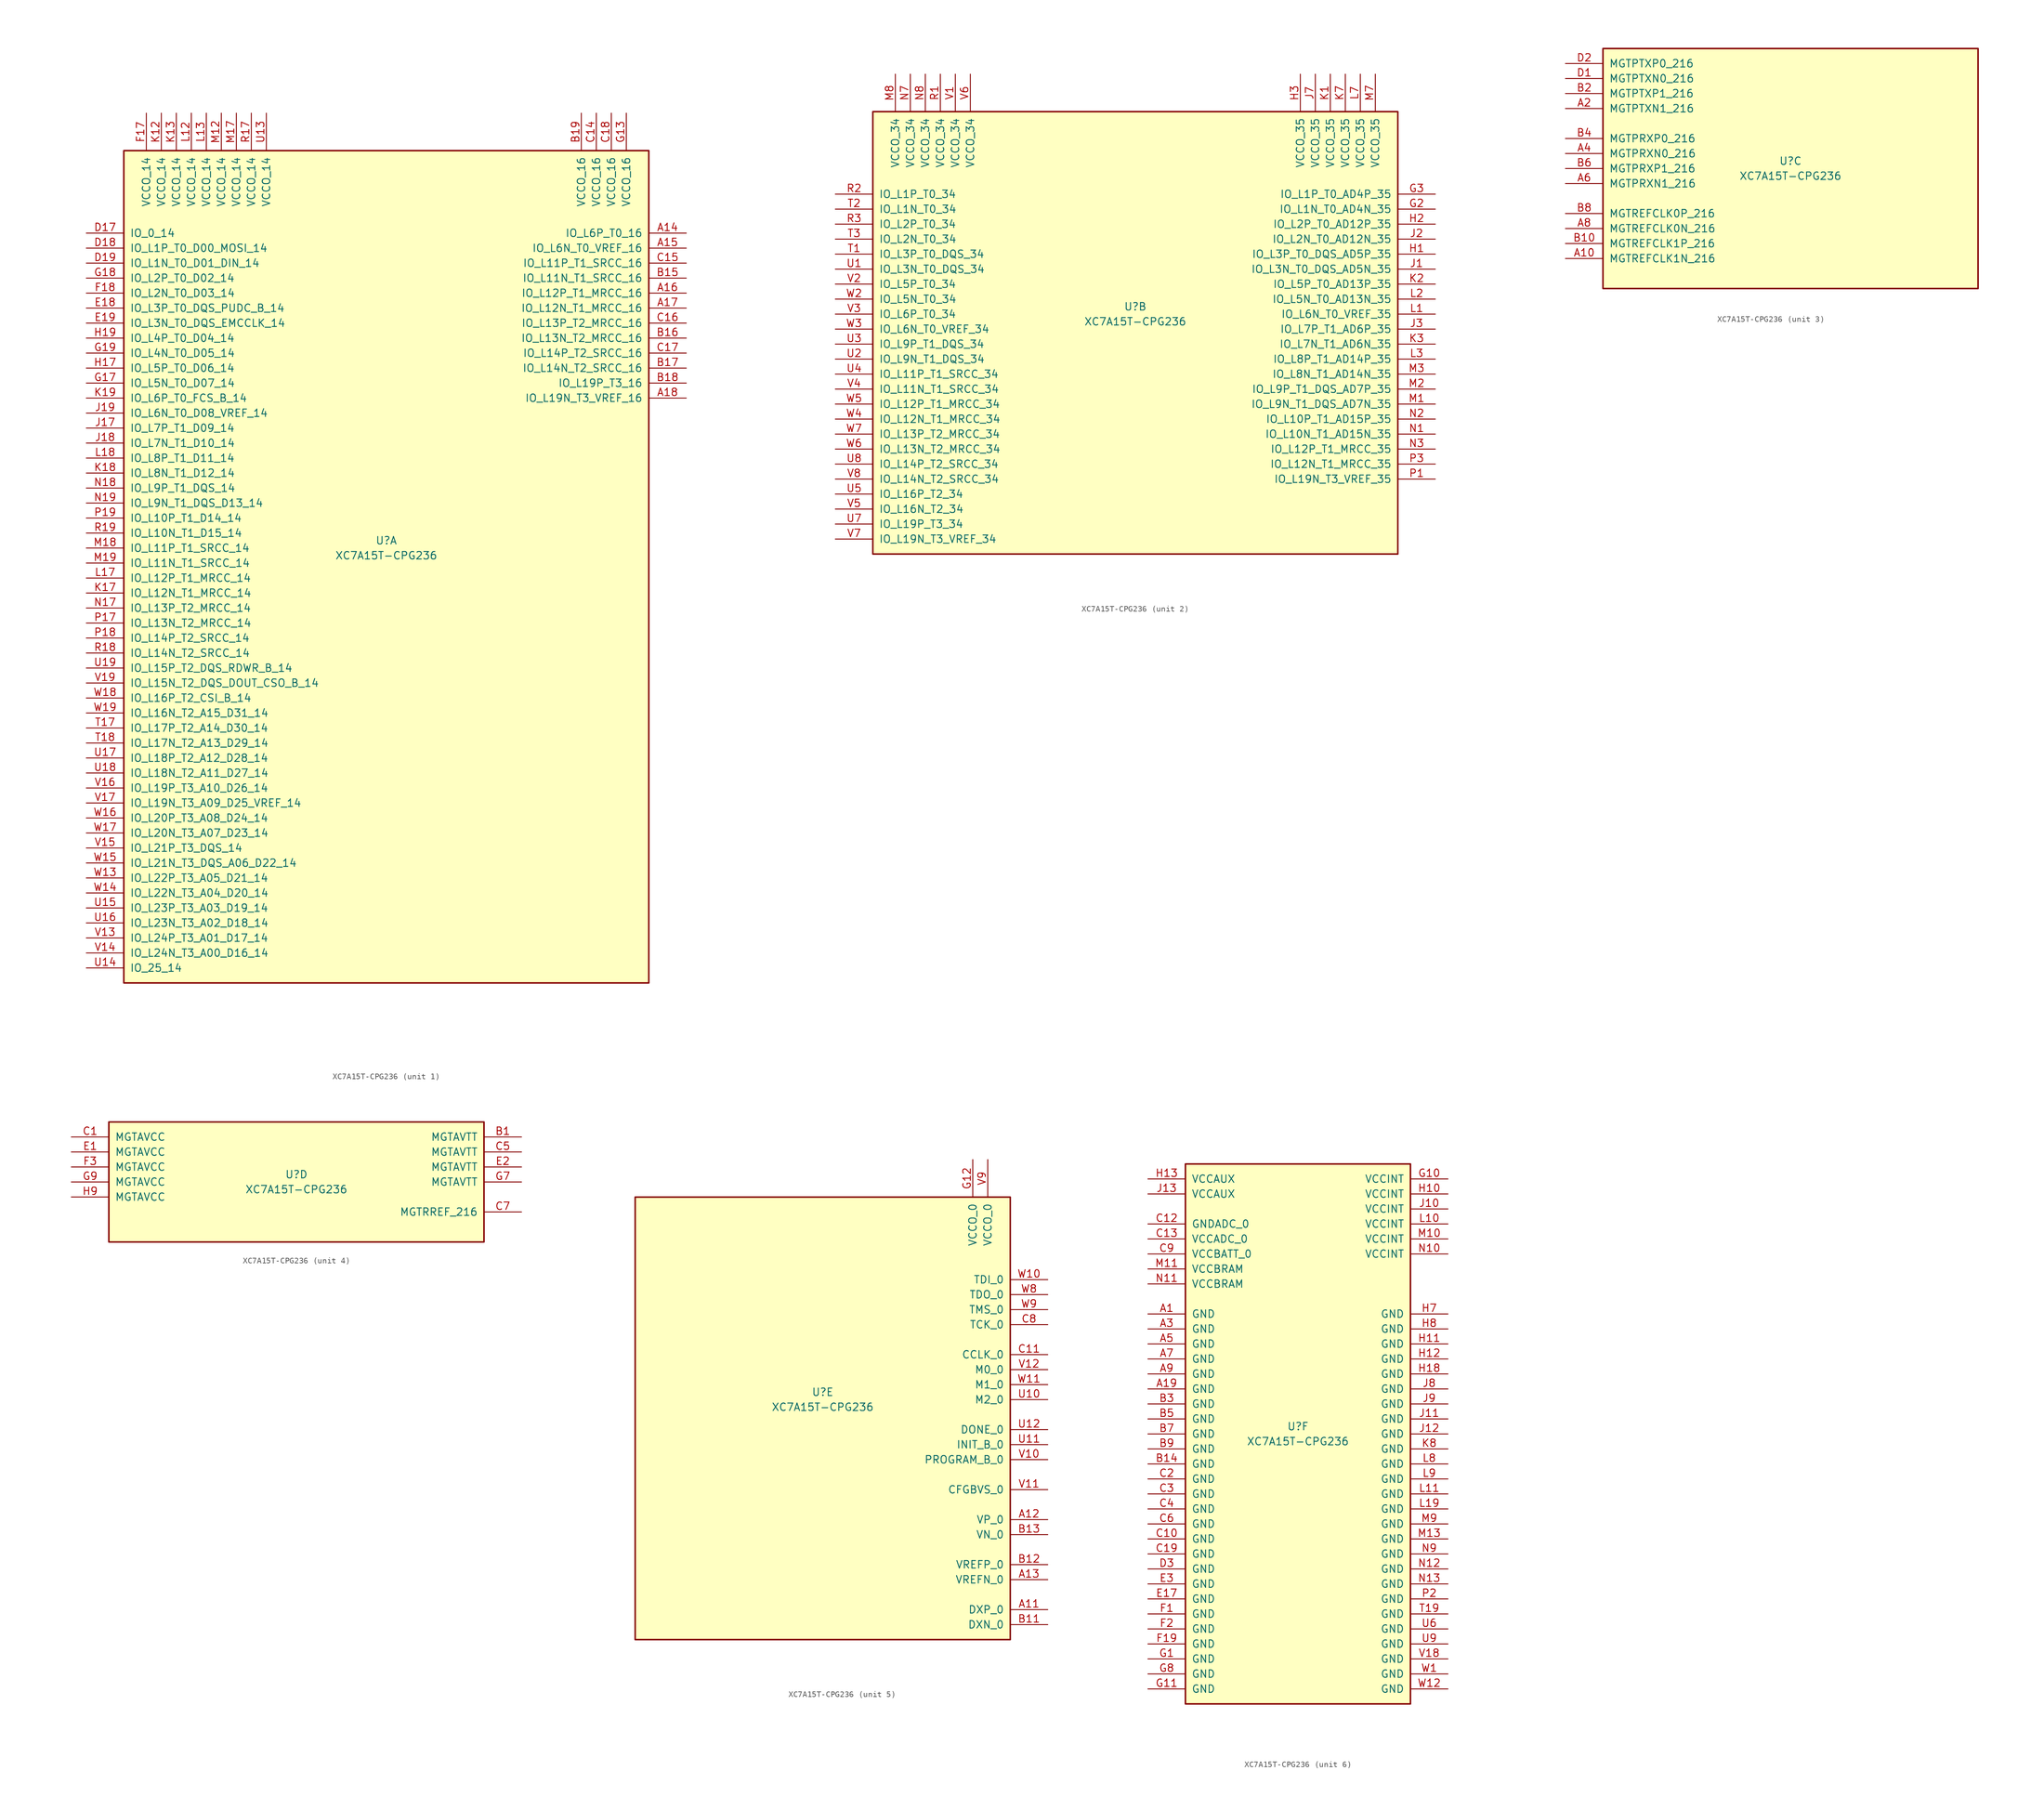
<source format=kicad_sym>
(kicad_symbol_lib
  (version 20231120)
  (generator "kicad_symbol_editor")
  (generator_version "8.0")
  (symbol "XC7A15T-CPG236"
    (pin_names
      (offset 1.016))
    (property "Reference" "U"
      (at 0 1.27 0)
      (effects (font (size 1.27 1.27))))
    (property "Value" "XC7A15T-CPG236"
      (at 0 -1.27 0)
      (effects (font (size 1.27 1.27))))
    (property "Datasheet" ""
      (at 0 0 0)
      (effects (font (size 1.27 1.27))))
    (property "ki_locked" ""
      (at 0 0 0)
      (effects (font (size 1.27 1.27))))
    (symbol "XC7A15T-CPG236_1_1"
      (rectangle (start -44.45 67.31) (end 44.45 -73.66) (stroke (width 0.254) (type default)) (fill (type background)))
      (pin bidirectional line (at 50.8 53.34 180) (length 6.35) (name "IO_L6P_T0_16" (effects (font (size 1.27 1.27)))) (number "A14" (effects (font (size 1.27 1.27)))))
      (pin bidirectional line (at 50.8 50.8 180) (length 6.35) (name "IO_L6N_T0_VREF_16" (effects (font (size 1.27 1.27)))) (number "A15" (effects (font (size 1.27 1.27)))))
      (pin bidirectional line (at 50.8 43.18 180) (length 6.35) (name "IO_L12P_T1_MRCC_16" (effects (font (size 1.27 1.27)))) (number "A16" (effects (font (size 1.27 1.27)))))
      (pin bidirectional line (at 50.8 40.64 180) (length 6.35) (name "IO_L12N_T1_MRCC_16" (effects (font (size 1.27 1.27)))) (number "A17" (effects (font (size 1.27 1.27)))))
      (pin bidirectional line (at 50.8 25.4 180) (length 6.35) (name "IO_L19N_T3_VREF_16" (effects (font (size 1.27 1.27)))) (number "A18" (effects (font (size 1.27 1.27)))))
      (pin bidirectional line (at 50.8 45.72 180) (length 6.35) (name "IO_L11N_T1_SRCC_16" (effects (font (size 1.27 1.27)))) (number "B15" (effects (font (size 1.27 1.27)))))
      (pin bidirectional line (at 50.8 35.56 180) (length 6.35) (name "IO_L13N_T2_MRCC_16" (effects (font (size 1.27 1.27)))) (number "B16" (effects (font (size 1.27 1.27)))))
      (pin bidirectional line (at 50.8 30.48 180) (length 6.35) (name "IO_L14N_T2_SRCC_16" (effects (font (size 1.27 1.27)))) (number "B17" (effects (font (size 1.27 1.27)))))
      (pin bidirectional line (at 50.8 27.94 180) (length 6.35) (name "IO_L19P_T3_16" (effects (font (size 1.27 1.27)))) (number "B18" (effects (font (size 1.27 1.27)))))
      (pin power_in line (at 33.02 73.66 270) (length 6.35) (name "VCCO_16" (effects (font (size 1.27 1.27)))) (number "B19" (effects (font (size 1.27 1.27)))))
      (pin power_in line (at 35.56 73.66 270) (length 6.35) (name "VCCO_16" (effects (font (size 1.27 1.27)))) (number "C14" (effects (font (size 1.27 1.27)))))
      (pin bidirectional line (at 50.8 48.26 180) (length 6.35) (name "IO_L11P_T1_SRCC_16" (effects (font (size 1.27 1.27)))) (number "C15" (effects (font (size 1.27 1.27)))))
      (pin bidirectional line (at 50.8 38.1 180) (length 6.35) (name "IO_L13P_T2_MRCC_16" (effects (font (size 1.27 1.27)))) (number "C16" (effects (font (size 1.27 1.27)))))
      (pin bidirectional line (at 50.8 33.02 180) (length 6.35) (name "IO_L14P_T2_SRCC_16" (effects (font (size 1.27 1.27)))) (number "C17" (effects (font (size 1.27 1.27)))))
      (pin power_in line (at 38.1 73.66 270) (length 6.35) (name "VCCO_16" (effects (font (size 1.27 1.27)))) (number "C18" (effects (font (size 1.27 1.27)))))
      (pin bidirectional line (at -50.8 53.34 0) (length 6.35) (name "IO_0_14" (effects (font (size 1.27 1.27)))) (number "D17" (effects (font (size 1.27 1.27)))))
      (pin bidirectional line (at -50.8 50.8 0) (length 6.35) (name "IO_L1P_T0_D00_MOSI_14" (effects (font (size 1.27 1.27)))) (number "D18" (effects (font (size 1.27 1.27)))))
      (pin bidirectional line (at -50.8 48.26 0) (length 6.35) (name "IO_L1N_T0_D01_DIN_14" (effects (font (size 1.27 1.27)))) (number "D19" (effects (font (size 1.27 1.27)))))
      (pin bidirectional line (at -50.8 40.64 0) (length 6.35) (name "IO_L3P_T0_DQS_PUDC_B_14" (effects (font (size 1.27 1.27)))) (number "E18" (effects (font (size 1.27 1.27)))))
      (pin bidirectional line (at -50.8 38.1 0) (length 6.35) (name "IO_L3N_T0_DQS_EMCCLK_14" (effects (font (size 1.27 1.27)))) (number "E19" (effects (font (size 1.27 1.27)))))
      (pin power_in line (at -40.64 73.66 270) (length 6.35) (name "VCCO_14" (effects (font (size 1.27 1.27)))) (number "F17" (effects (font (size 1.27 1.27)))))
      (pin bidirectional line (at -50.8 43.18 0) (length 6.35) (name "IO_L2N_T0_D03_14" (effects (font (size 1.27 1.27)))) (number "F18" (effects (font (size 1.27 1.27)))))
      (pin power_in line (at 40.64 73.66 270) (length 6.35) (name "VCCO_16" (effects (font (size 1.27 1.27)))) (number "G13" (effects (font (size 1.27 1.27)))))
      (pin bidirectional line (at -50.8 27.94 0) (length 6.35) (name "IO_L5N_T0_D07_14" (effects (font (size 1.27 1.27)))) (number "G17" (effects (font (size 1.27 1.27)))))
      (pin bidirectional line (at -50.8 45.72 0) (length 6.35) (name "IO_L2P_T0_D02_14" (effects (font (size 1.27 1.27)))) (number "G18" (effects (font (size 1.27 1.27)))))
      (pin bidirectional line (at -50.8 33.02 0) (length 6.35) (name "IO_L4N_T0_D05_14" (effects (font (size 1.27 1.27)))) (number "G19" (effects (font (size 1.27 1.27)))))
      (pin bidirectional line (at -50.8 30.48 0) (length 6.35) (name "IO_L5P_T0_D06_14" (effects (font (size 1.27 1.27)))) (number "H17" (effects (font (size 1.27 1.27)))))
      (pin bidirectional line (at -50.8 35.56 0) (length 6.35) (name "IO_L4P_T0_D04_14" (effects (font (size 1.27 1.27)))) (number "H19" (effects (font (size 1.27 1.27)))))
      (pin bidirectional line (at -50.8 20.32 0) (length 6.35) (name "IO_L7P_T1_D09_14" (effects (font (size 1.27 1.27)))) (number "J17" (effects (font (size 1.27 1.27)))))
      (pin bidirectional line (at -50.8 17.78 0) (length 6.35) (name "IO_L7N_T1_D10_14" (effects (font (size 1.27 1.27)))) (number "J18" (effects (font (size 1.27 1.27)))))
      (pin bidirectional line (at -50.8 22.86 0) (length 6.35) (name "IO_L6N_T0_D08_VREF_14" (effects (font (size 1.27 1.27)))) (number "J19" (effects (font (size 1.27 1.27)))))
      (pin power_in line (at -38.1 73.66 270) (length 6.35) (name "VCCO_14" (effects (font (size 1.27 1.27)))) (number "K12" (effects (font (size 1.27 1.27)))))
      (pin power_in line (at -35.56 73.66 270) (length 6.35) (name "VCCO_14" (effects (font (size 1.27 1.27)))) (number "K13" (effects (font (size 1.27 1.27)))))
      (pin bidirectional line (at -50.8 -7.62 0) (length 6.35) (name "IO_L12N_T1_MRCC_14" (effects (font (size 1.27 1.27)))) (number "K17" (effects (font (size 1.27 1.27)))))
      (pin bidirectional line (at -50.8 12.7 0) (length 6.35) (name "IO_L8N_T1_D12_14" (effects (font (size 1.27 1.27)))) (number "K18" (effects (font (size 1.27 1.27)))))
      (pin bidirectional line (at -50.8 25.4 0) (length 6.35) (name "IO_L6P_T0_FCS_B_14" (effects (font (size 1.27 1.27)))) (number "K19" (effects (font (size 1.27 1.27)))))
      (pin power_in line (at -33.02 73.66 270) (length 6.35) (name "VCCO_14" (effects (font (size 1.27 1.27)))) (number "L12" (effects (font (size 1.27 1.27)))))
      (pin power_in line (at -30.48 73.66 270) (length 6.35) (name "VCCO_14" (effects (font (size 1.27 1.27)))) (number "L13" (effects (font (size 1.27 1.27)))))
      (pin bidirectional line (at -50.8 -5.08 0) (length 6.35) (name "IO_L12P_T1_MRCC_14" (effects (font (size 1.27 1.27)))) (number "L17" (effects (font (size 1.27 1.27)))))
      (pin bidirectional line (at -50.8 15.24 0) (length 6.35) (name "IO_L8P_T1_D11_14" (effects (font (size 1.27 1.27)))) (number "L18" (effects (font (size 1.27 1.27)))))
      (pin power_in line (at -27.94 73.66 270) (length 6.35) (name "VCCO_14" (effects (font (size 1.27 1.27)))) (number "M12" (effects (font (size 1.27 1.27)))))
      (pin power_in line (at -25.4 73.66 270) (length 6.35) (name "VCCO_14" (effects (font (size 1.27 1.27)))) (number "M17" (effects (font (size 1.27 1.27)))))
      (pin bidirectional line (at -50.8 0 0) (length 6.35) (name "IO_L11P_T1_SRCC_14" (effects (font (size 1.27 1.27)))) (number "M18" (effects (font (size 1.27 1.27)))))
      (pin bidirectional line (at -50.8 -2.54 0) (length 6.35) (name "IO_L11N_T1_SRCC_14" (effects (font (size 1.27 1.27)))) (number "M19" (effects (font (size 1.27 1.27)))))
      (pin bidirectional line (at -50.8 -10.16 0) (length 6.35) (name "IO_L13P_T2_MRCC_14" (effects (font (size 1.27 1.27)))) (number "N17" (effects (font (size 1.27 1.27)))))
      (pin bidirectional line (at -50.8 10.16 0) (length 6.35) (name "IO_L9P_T1_DQS_14" (effects (font (size 1.27 1.27)))) (number "N18" (effects (font (size 1.27 1.27)))))
      (pin bidirectional line (at -50.8 7.62 0) (length 6.35) (name "IO_L9N_T1_DQS_D13_14" (effects (font (size 1.27 1.27)))) (number "N19" (effects (font (size 1.27 1.27)))))
      (pin bidirectional line (at -50.8 -12.7 0) (length 6.35) (name "IO_L13N_T2_MRCC_14" (effects (font (size 1.27 1.27)))) (number "P17" (effects (font (size 1.27 1.27)))))
      (pin bidirectional line (at -50.8 -15.24 0) (length 6.35) (name "IO_L14P_T2_SRCC_14" (effects (font (size 1.27 1.27)))) (number "P18" (effects (font (size 1.27 1.27)))))
      (pin bidirectional line (at -50.8 5.08 0) (length 6.35) (name "IO_L10P_T1_D14_14" (effects (font (size 1.27 1.27)))) (number "P19" (effects (font (size 1.27 1.27)))))
      (pin power_in line (at -22.86 73.66 270) (length 6.35) (name "VCCO_14" (effects (font (size 1.27 1.27)))) (number "R17" (effects (font (size 1.27 1.27)))))
      (pin bidirectional line (at -50.8 -17.78 0) (length 6.35) (name "IO_L14N_T2_SRCC_14" (effects (font (size 1.27 1.27)))) (number "R18" (effects (font (size 1.27 1.27)))))
      (pin bidirectional line (at -50.8 2.54 0) (length 6.35) (name "IO_L10N_T1_D15_14" (effects (font (size 1.27 1.27)))) (number "R19" (effects (font (size 1.27 1.27)))))
      (pin bidirectional line (at -50.8 -30.48 0) (length 6.35) (name "IO_L17P_T2_A14_D30_14" (effects (font (size 1.27 1.27)))) (number "T17" (effects (font (size 1.27 1.27)))))
      (pin bidirectional line (at -50.8 -33.02 0) (length 6.35) (name "IO_L17N_T2_A13_D29_14" (effects (font (size 1.27 1.27)))) (number "T18" (effects (font (size 1.27 1.27)))))
      (pin power_in line (at -20.32 73.66 270) (length 6.35) (name "VCCO_14" (effects (font (size 1.27 1.27)))) (number "U13" (effects (font (size 1.27 1.27)))))
      (pin bidirectional line (at -50.8 -71.12 0) (length 6.35) (name "IO_25_14" (effects (font (size 1.27 1.27)))) (number "U14" (effects (font (size 1.27 1.27)))))
      (pin bidirectional line (at -50.8 -60.96 0) (length 6.35) (name "IO_L23P_T3_A03_D19_14" (effects (font (size 1.27 1.27)))) (number "U15" (effects (font (size 1.27 1.27)))))
      (pin bidirectional line (at -50.8 -63.5 0) (length 6.35) (name "IO_L23N_T3_A02_D18_14" (effects (font (size 1.27 1.27)))) (number "U16" (effects (font (size 1.27 1.27)))))
      (pin bidirectional line (at -50.8 -35.56 0) (length 6.35) (name "IO_L18P_T2_A12_D28_14" (effects (font (size 1.27 1.27)))) (number "U17" (effects (font (size 1.27 1.27)))))
      (pin bidirectional line (at -50.8 -38.1 0) (length 6.35) (name "IO_L18N_T2_A11_D27_14" (effects (font (size 1.27 1.27)))) (number "U18" (effects (font (size 1.27 1.27)))))
      (pin bidirectional line (at -50.8 -20.32 0) (length 6.35) (name "IO_L15P_T2_DQS_RDWR_B_14" (effects (font (size 1.27 1.27)))) (number "U19" (effects (font (size 1.27 1.27)))))
      (pin bidirectional line (at -50.8 -66.04 0) (length 6.35) (name "IO_L24P_T3_A01_D17_14" (effects (font (size 1.27 1.27)))) (number "V13" (effects (font (size 1.27 1.27)))))
      (pin bidirectional line (at -50.8 -68.58 0) (length 6.35) (name "IO_L24N_T3_A00_D16_14" (effects (font (size 1.27 1.27)))) (number "V14" (effects (font (size 1.27 1.27)))))
      (pin bidirectional line (at -50.8 -50.8 0) (length 6.35) (name "IO_L21P_T3_DQS_14" (effects (font (size 1.27 1.27)))) (number "V15" (effects (font (size 1.27 1.27)))))
      (pin bidirectional line (at -50.8 -40.64 0) (length 6.35) (name "IO_L19P_T3_A10_D26_14" (effects (font (size 1.27 1.27)))) (number "V16" (effects (font (size 1.27 1.27)))))
      (pin bidirectional line (at -50.8 -43.18 0) (length 6.35) (name "IO_L19N_T3_A09_D25_VREF_14" (effects (font (size 1.27 1.27)))) (number "V17" (effects (font (size 1.27 1.27)))))
      (pin bidirectional line (at -50.8 -22.86 0) (length 6.35) (name "IO_L15N_T2_DQS_DOUT_CSO_B_14" (effects (font (size 1.27 1.27)))) (number "V19" (effects (font (size 1.27 1.27)))))
      (pin bidirectional line (at -50.8 -55.88 0) (length 6.35) (name "IO_L22P_T3_A05_D21_14" (effects (font (size 1.27 1.27)))) (number "W13" (effects (font (size 1.27 1.27)))))
      (pin bidirectional line (at -50.8 -58.42 0) (length 6.35) (name "IO_L22N_T3_A04_D20_14" (effects (font (size 1.27 1.27)))) (number "W14" (effects (font (size 1.27 1.27)))))
      (pin bidirectional line (at -50.8 -53.34 0) (length 6.35) (name "IO_L21N_T3_DQS_A06_D22_14" (effects (font (size 1.27 1.27)))) (number "W15" (effects (font (size 1.27 1.27)))))
      (pin bidirectional line (at -50.8 -45.72 0) (length 6.35) (name "IO_L20P_T3_A08_D24_14" (effects (font (size 1.27 1.27)))) (number "W16" (effects (font (size 1.27 1.27)))))
      (pin bidirectional line (at -50.8 -48.26 0) (length 6.35) (name "IO_L20N_T3_A07_D23_14" (effects (font (size 1.27 1.27)))) (number "W17" (effects (font (size 1.27 1.27)))))
      (pin bidirectional line (at -50.8 -25.4 0) (length 6.35) (name "IO_L16P_T2_CSI_B_14" (effects (font (size 1.27 1.27)))) (number "W18" (effects (font (size 1.27 1.27)))))
      (pin bidirectional line (at -50.8 -27.94 0) (length 6.35) (name "IO_L16N_T2_A15_D31_14" (effects (font (size 1.27 1.27)))) (number "W19" (effects (font (size 1.27 1.27))))))
    (symbol "XC7A15T-CPG236_2_1"
      (rectangle (start -44.45 34.29) (end 44.45 -40.64) (stroke (width 0.254) (type default)) (fill (type background)))
      (pin bidirectional line (at 50.8 17.78 180) (length 6.35) (name "IO_L1N_T0_AD4N_35" (effects (font (size 1.27 1.27)))) (number "G2" (effects (font (size 1.27 1.27)))))
      (pin bidirectional line (at 50.8 20.32 180) (length 6.35) (name "IO_L1P_T0_AD4P_35" (effects (font (size 1.27 1.27)))) (number "G3" (effects (font (size 1.27 1.27)))))
      (pin bidirectional line (at 50.8 10.16 180) (length 6.35) (name "IO_L3P_T0_DQS_AD5P_35" (effects (font (size 1.27 1.27)))) (number "H1" (effects (font (size 1.27 1.27)))))
      (pin bidirectional line (at 50.8 15.24 180) (length 6.35) (name "IO_L2P_T0_AD12P_35" (effects (font (size 1.27 1.27)))) (number "H2" (effects (font (size 1.27 1.27)))))
      (pin power_in line (at 27.94 40.64 270) (length 6.35) (name "VCCO_35" (effects (font (size 1.27 1.27)))) (number "H3" (effects (font (size 1.27 1.27)))))
      (pin bidirectional line (at 50.8 7.62 180) (length 6.35) (name "IO_L3N_T0_DQS_AD5N_35" (effects (font (size 1.27 1.27)))) (number "J1" (effects (font (size 1.27 1.27)))))
      (pin bidirectional line (at 50.8 12.7 180) (length 6.35) (name "IO_L2N_T0_AD12N_35" (effects (font (size 1.27 1.27)))) (number "J2" (effects (font (size 1.27 1.27)))))
      (pin bidirectional line (at 50.8 -2.54 180) (length 6.35) (name "IO_L7P_T1_AD6P_35" (effects (font (size 1.27 1.27)))) (number "J3" (effects (font (size 1.27 1.27)))))
      (pin power_in line (at 30.48 40.64 270) (length 6.35) (name "VCCO_35" (effects (font (size 1.27 1.27)))) (number "J7" (effects (font (size 1.27 1.27)))))
      (pin power_in line (at 33.02 40.64 270) (length 6.35) (name "VCCO_35" (effects (font (size 1.27 1.27)))) (number "K1" (effects (font (size 1.27 1.27)))))
      (pin bidirectional line (at 50.8 5.08 180) (length 6.35) (name "IO_L5P_T0_AD13P_35" (effects (font (size 1.27 1.27)))) (number "K2" (effects (font (size 1.27 1.27)))))
      (pin bidirectional line (at 50.8 -5.08 180) (length 6.35) (name "IO_L7N_T1_AD6N_35" (effects (font (size 1.27 1.27)))) (number "K3" (effects (font (size 1.27 1.27)))))
      (pin power_in line (at 35.56 40.64 270) (length 6.35) (name "VCCO_35" (effects (font (size 1.27 1.27)))) (number "K7" (effects (font (size 1.27 1.27)))))
      (pin bidirectional line (at 50.8 0 180) (length 6.35) (name "IO_L6N_T0_VREF_35" (effects (font (size 1.27 1.27)))) (number "L1" (effects (font (size 1.27 1.27)))))
      (pin bidirectional line (at 50.8 2.54 180) (length 6.35) (name "IO_L5N_T0_AD13N_35" (effects (font (size 1.27 1.27)))) (number "L2" (effects (font (size 1.27 1.27)))))
      (pin bidirectional line (at 50.8 -7.62 180) (length 6.35) (name "IO_L8P_T1_AD14P_35" (effects (font (size 1.27 1.27)))) (number "L3" (effects (font (size 1.27 1.27)))))
      (pin power_in line (at 38.1 40.64 270) (length 6.35) (name "VCCO_35" (effects (font (size 1.27 1.27)))) (number "L7" (effects (font (size 1.27 1.27)))))
      (pin bidirectional line (at 50.8 -15.24 180) (length 6.35) (name "IO_L9N_T1_DQS_AD7N_35" (effects (font (size 1.27 1.27)))) (number "M1" (effects (font (size 1.27 1.27)))))
      (pin bidirectional line (at 50.8 -12.7 180) (length 6.35) (name "IO_L9P_T1_DQS_AD7P_35" (effects (font (size 1.27 1.27)))) (number "M2" (effects (font (size 1.27 1.27)))))
      (pin bidirectional line (at 50.8 -10.16 180) (length 6.35) (name "IO_L8N_T1_AD14N_35" (effects (font (size 1.27 1.27)))) (number "M3" (effects (font (size 1.27 1.27)))))
      (pin power_in line (at 40.64 40.64 270) (length 6.35) (name "VCCO_35" (effects (font (size 1.27 1.27)))) (number "M7" (effects (font (size 1.27 1.27)))))
      (pin power_in line (at -40.64 40.64 270) (length 6.35) (name "VCCO_34" (effects (font (size 1.27 1.27)))) (number "M8" (effects (font (size 1.27 1.27)))))
      (pin bidirectional line (at 50.8 -20.32 180) (length 6.35) (name "IO_L10N_T1_AD15N_35" (effects (font (size 1.27 1.27)))) (number "N1" (effects (font (size 1.27 1.27)))))
      (pin bidirectional line (at 50.8 -17.78 180) (length 6.35) (name "IO_L10P_T1_AD15P_35" (effects (font (size 1.27 1.27)))) (number "N2" (effects (font (size 1.27 1.27)))))
      (pin bidirectional line (at 50.8 -22.86 180) (length 6.35) (name "IO_L12P_T1_MRCC_35" (effects (font (size 1.27 1.27)))) (number "N3" (effects (font (size 1.27 1.27)))))
      (pin power_in line (at -38.1 40.64 270) (length 6.35) (name "VCCO_34" (effects (font (size 1.27 1.27)))) (number "N7" (effects (font (size 1.27 1.27)))))
      (pin power_in line (at -35.56 40.64 270) (length 6.35) (name "VCCO_34" (effects (font (size 1.27 1.27)))) (number "N8" (effects (font (size 1.27 1.27)))))
      (pin bidirectional line (at 50.8 -27.94 180) (length 6.35) (name "IO_L19N_T3_VREF_35" (effects (font (size 1.27 1.27)))) (number "P1" (effects (font (size 1.27 1.27)))))
      (pin bidirectional line (at 50.8 -25.4 180) (length 6.35) (name "IO_L12N_T1_MRCC_35" (effects (font (size 1.27 1.27)))) (number "P3" (effects (font (size 1.27 1.27)))))
      (pin power_in line (at -33.02 40.64 270) (length 6.35) (name "VCCO_34" (effects (font (size 1.27 1.27)))) (number "R1" (effects (font (size 1.27 1.27)))))
      (pin bidirectional line (at -50.8 20.32 0) (length 6.35) (name "IO_L1P_T0_34" (effects (font (size 1.27 1.27)))) (number "R2" (effects (font (size 1.27 1.27)))))
      (pin bidirectional line (at -50.8 15.24 0) (length 6.35) (name "IO_L2P_T0_34" (effects (font (size 1.27 1.27)))) (number "R3" (effects (font (size 1.27 1.27)))))
      (pin bidirectional line (at -50.8 10.16 0) (length 6.35) (name "IO_L3P_T0_DQS_34" (effects (font (size 1.27 1.27)))) (number "T1" (effects (font (size 1.27 1.27)))))
      (pin bidirectional line (at -50.8 17.78 0) (length 6.35) (name "IO_L1N_T0_34" (effects (font (size 1.27 1.27)))) (number "T2" (effects (font (size 1.27 1.27)))))
      (pin bidirectional line (at -50.8 12.7 0) (length 6.35) (name "IO_L2N_T0_34" (effects (font (size 1.27 1.27)))) (number "T3" (effects (font (size 1.27 1.27)))))
      (pin bidirectional line (at -50.8 7.62 0) (length 6.35) (name "IO_L3N_T0_DQS_34" (effects (font (size 1.27 1.27)))) (number "U1" (effects (font (size 1.27 1.27)))))
      (pin bidirectional line (at -50.8 -7.62 0) (length 6.35) (name "IO_L9N_T1_DQS_34" (effects (font (size 1.27 1.27)))) (number "U2" (effects (font (size 1.27 1.27)))))
      (pin bidirectional line (at -50.8 -5.08 0) (length 6.35) (name "IO_L9P_T1_DQS_34" (effects (font (size 1.27 1.27)))) (number "U3" (effects (font (size 1.27 1.27)))))
      (pin bidirectional line (at -50.8 -10.16 0) (length 6.35) (name "IO_L11P_T1_SRCC_34" (effects (font (size 1.27 1.27)))) (number "U4" (effects (font (size 1.27 1.27)))))
      (pin bidirectional line (at -50.8 -30.48 0) (length 6.35) (name "IO_L16P_T2_34" (effects (font (size 1.27 1.27)))) (number "U5" (effects (font (size 1.27 1.27)))))
      (pin bidirectional line (at -50.8 -35.56 0) (length 6.35) (name "IO_L19P_T3_34" (effects (font (size 1.27 1.27)))) (number "U7" (effects (font (size 1.27 1.27)))))
      (pin bidirectional line (at -50.8 -25.4 0) (length 6.35) (name "IO_L14P_T2_SRCC_34" (effects (font (size 1.27 1.27)))) (number "U8" (effects (font (size 1.27 1.27)))))
      (pin power_in line (at -30.48 40.64 270) (length 6.35) (name "VCCO_34" (effects (font (size 1.27 1.27)))) (number "V1" (effects (font (size 1.27 1.27)))))
      (pin bidirectional line (at -50.8 5.08 0) (length 6.35) (name "IO_L5P_T0_34" (effects (font (size 1.27 1.27)))) (number "V2" (effects (font (size 1.27 1.27)))))
      (pin bidirectional line (at -50.8 0 0) (length 6.35) (name "IO_L6P_T0_34" (effects (font (size 1.27 1.27)))) (number "V3" (effects (font (size 1.27 1.27)))))
      (pin bidirectional line (at -50.8 -12.7 0) (length 6.35) (name "IO_L11N_T1_SRCC_34" (effects (font (size 1.27 1.27)))) (number "V4" (effects (font (size 1.27 1.27)))))
      (pin bidirectional line (at -50.8 -33.02 0) (length 6.35) (name "IO_L16N_T2_34" (effects (font (size 1.27 1.27)))) (number "V5" (effects (font (size 1.27 1.27)))))
      (pin power_in line (at -27.94 40.64 270) (length 6.35) (name "VCCO_34" (effects (font (size 1.27 1.27)))) (number "V6" (effects (font (size 1.27 1.27)))))
      (pin bidirectional line (at -50.8 -38.1 0) (length 6.35) (name "IO_L19N_T3_VREF_34" (effects (font (size 1.27 1.27)))) (number "V7" (effects (font (size 1.27 1.27)))))
      (pin bidirectional line (at -50.8 -27.94 0) (length 6.35) (name "IO_L14N_T2_SRCC_34" (effects (font (size 1.27 1.27)))) (number "V8" (effects (font (size 1.27 1.27)))))
      (pin bidirectional line (at -50.8 2.54 0) (length 6.35) (name "IO_L5N_T0_34" (effects (font (size 1.27 1.27)))) (number "W2" (effects (font (size 1.27 1.27)))))
      (pin bidirectional line (at -50.8 -2.54 0) (length 6.35) (name "IO_L6N_T0_VREF_34" (effects (font (size 1.27 1.27)))) (number "W3" (effects (font (size 1.27 1.27)))))
      (pin bidirectional line (at -50.8 -17.78 0) (length 6.35) (name "IO_L12N_T1_MRCC_34" (effects (font (size 1.27 1.27)))) (number "W4" (effects (font (size 1.27 1.27)))))
      (pin bidirectional line (at -50.8 -15.24 0) (length 6.35) (name "IO_L12P_T1_MRCC_34" (effects (font (size 1.27 1.27)))) (number "W5" (effects (font (size 1.27 1.27)))))
      (pin bidirectional line (at -50.8 -22.86 0) (length 6.35) (name "IO_L13N_T2_MRCC_34" (effects (font (size 1.27 1.27)))) (number "W6" (effects (font (size 1.27 1.27)))))
      (pin bidirectional line (at -50.8 -20.32 0) (length 6.35) (name "IO_L13P_T2_MRCC_34" (effects (font (size 1.27 1.27)))) (number "W7" (effects (font (size 1.27 1.27))))))
    (symbol "XC7A15T-CPG236_3_1"
      (rectangle (start -31.75 20.32) (end 31.75 -20.32) (stroke (width 0.254) (type default)) (fill (type background)))
      (pin bidirectional line (at -38.1 -15.24 0) (length 6.35) (name "MGTREFCLK1N_216" (effects (font (size 1.27 1.27)))) (number "A10" (effects (font (size 1.27 1.27)))))
      (pin bidirectional line (at -38.1 10.16 0) (length 6.35) (name "MGTPTXN1_216" (effects (font (size 1.27 1.27)))) (number "A2" (effects (font (size 1.27 1.27)))))
      (pin bidirectional line (at -38.1 2.54 0) (length 6.35) (name "MGTPRXN0_216" (effects (font (size 1.27 1.27)))) (number "A4" (effects (font (size 1.27 1.27)))))
      (pin bidirectional line (at -38.1 -2.54 0) (length 6.35) (name "MGTPRXN1_216" (effects (font (size 1.27 1.27)))) (number "A6" (effects (font (size 1.27 1.27)))))
      (pin bidirectional line (at -38.1 -10.16 0) (length 6.35) (name "MGTREFCLK0N_216" (effects (font (size 1.27 1.27)))) (number "A8" (effects (font (size 1.27 1.27)))))
      (pin bidirectional line (at -38.1 -12.7 0) (length 6.35) (name "MGTREFCLK1P_216" (effects (font (size 1.27 1.27)))) (number "B10" (effects (font (size 1.27 1.27)))))
      (pin bidirectional line (at -38.1 12.7 0) (length 6.35) (name "MGTPTXP1_216" (effects (font (size 1.27 1.27)))) (number "B2" (effects (font (size 1.27 1.27)))))
      (pin bidirectional line (at -38.1 5.08 0) (length 6.35) (name "MGTPRXP0_216" (effects (font (size 1.27 1.27)))) (number "B4" (effects (font (size 1.27 1.27)))))
      (pin bidirectional line (at -38.1 0 0) (length 6.35) (name "MGTPRXP1_216" (effects (font (size 1.27 1.27)))) (number "B6" (effects (font (size 1.27 1.27)))))
      (pin bidirectional line (at -38.1 -7.62 0) (length 6.35) (name "MGTREFCLK0P_216" (effects (font (size 1.27 1.27)))) (number "B8" (effects (font (size 1.27 1.27)))))
      (pin bidirectional line (at -38.1 15.24 0) (length 6.35) (name "MGTPTXN0_216" (effects (font (size 1.27 1.27)))) (number "D1" (effects (font (size 1.27 1.27)))))
      (pin bidirectional line (at -38.1 17.78 0) (length 6.35) (name "MGTPTXP0_216" (effects (font (size 1.27 1.27)))) (number "D2" (effects (font (size 1.27 1.27))))))
    (symbol "XC7A15T-CPG236_4_1"
      (rectangle (start -31.75 10.16) (end 31.75 -10.16) (stroke (width 0.254) (type default)) (fill (type background)))
      (pin power_in line (at 38.1 7.62 180) (length 6.35) (name "MGTAVTT" (effects (font (size 1.27 1.27)))) (number "B1" (effects (font (size 1.27 1.27)))))
      (pin power_in line (at -38.1 7.62 0) (length 6.35) (name "MGTAVCC" (effects (font (size 1.27 1.27)))) (number "C1" (effects (font (size 1.27 1.27)))))
      (pin power_in line (at 38.1 5.08 180) (length 6.35) (name "MGTAVTT" (effects (font (size 1.27 1.27)))) (number "C5" (effects (font (size 1.27 1.27)))))
      (pin power_in line (at 38.1 -5.08 180) (length 6.35) (name "MGTRREF_216" (effects (font (size 1.27 1.27)))) (number "C7" (effects (font (size 1.27 1.27)))))
      (pin power_in line (at -38.1 5.08 0) (length 6.35) (name "MGTAVCC" (effects (font (size 1.27 1.27)))) (number "E1" (effects (font (size 1.27 1.27)))))
      (pin power_in line (at 38.1 2.54 180) (length 6.35) (name "MGTAVTT" (effects (font (size 1.27 1.27)))) (number "E2" (effects (font (size 1.27 1.27)))))
      (pin power_in line (at -38.1 2.54 0) (length 6.35) (name "MGTAVCC" (effects (font (size 1.27 1.27)))) (number "F3" (effects (font (size 1.27 1.27)))))
      (pin power_in line (at 38.1 0 180) (length 6.35) (name "MGTAVTT" (effects (font (size 1.27 1.27)))) (number "G7" (effects (font (size 1.27 1.27)))))
      (pin power_in line (at -38.1 0 0) (length 6.35) (name "MGTAVCC" (effects (font (size 1.27 1.27)))) (number "G9" (effects (font (size 1.27 1.27)))))
      (pin power_in line (at -38.1 -2.54 0) (length 6.35) (name "MGTAVCC" (effects (font (size 1.27 1.27)))) (number "H9" (effects (font (size 1.27 1.27))))))
    (symbol "XC7A15T-CPG236_5_1"
      (rectangle (start -31.75 34.29) (end 31.75 -40.64) (stroke (width 0.254) (type default)) (fill (type background)))
      (pin bidirectional line (at 38.1 -35.56 180) (length 6.35) (name "DXP_0" (effects (font (size 1.27 1.27)))) (number "A11" (effects (font (size 1.27 1.27)))))
      (pin bidirectional line (at 38.1 -20.32 180) (length 6.35) (name "VP_0" (effects (font (size 1.27 1.27)))) (number "A12" (effects (font (size 1.27 1.27)))))
      (pin bidirectional line (at 38.1 -30.48 180) (length 6.35) (name "VREFN_0" (effects (font (size 1.27 1.27)))) (number "A13" (effects (font (size 1.27 1.27)))))
      (pin bidirectional line (at 38.1 -38.1 180) (length 6.35) (name "DXN_0" (effects (font (size 1.27 1.27)))) (number "B11" (effects (font (size 1.27 1.27)))))
      (pin bidirectional line (at 38.1 -27.94 180) (length 6.35) (name "VREFP_0" (effects (font (size 1.27 1.27)))) (number "B12" (effects (font (size 1.27 1.27)))))
      (pin bidirectional line (at 38.1 -22.86 180) (length 6.35) (name "VN_0" (effects (font (size 1.27 1.27)))) (number "B13" (effects (font (size 1.27 1.27)))))
      (pin bidirectional line (at 38.1 7.62 180) (length 6.35) (name "CCLK_0" (effects (font (size 1.27 1.27)))) (number "C11" (effects (font (size 1.27 1.27)))))
      (pin bidirectional line (at 38.1 12.7 180) (length 6.35) (name "TCK_0" (effects (font (size 1.27 1.27)))) (number "C8" (effects (font (size 1.27 1.27)))))
      (pin power_in line (at 25.4 40.64 270) (length 6.35) (name "VCCO_0" (effects (font (size 1.27 1.27)))) (number "G12" (effects (font (size 1.27 1.27)))))
      (pin bidirectional line (at 38.1 0 180) (length 6.35) (name "M2_0" (effects (font (size 1.27 1.27)))) (number "U10" (effects (font (size 1.27 1.27)))))
      (pin bidirectional line (at 38.1 -7.62 180) (length 6.35) (name "INIT_B_0" (effects (font (size 1.27 1.27)))) (number "U11" (effects (font (size 1.27 1.27)))))
      (pin bidirectional line (at 38.1 -5.08 180) (length 6.35) (name "DONE_0" (effects (font (size 1.27 1.27)))) (number "U12" (effects (font (size 1.27 1.27)))))
      (pin bidirectional line (at 38.1 -10.16 180) (length 6.35) (name "PROGRAM_B_0" (effects (font (size 1.27 1.27)))) (number "V10" (effects (font (size 1.27 1.27)))))
      (pin bidirectional line (at 38.1 -15.24 180) (length 6.35) (name "CFGBVS_0" (effects (font (size 1.27 1.27)))) (number "V11" (effects (font (size 1.27 1.27)))))
      (pin bidirectional line (at 38.1 5.08 180) (length 6.35) (name "M0_0" (effects (font (size 1.27 1.27)))) (number "V12" (effects (font (size 1.27 1.27)))))
      (pin power_in line (at 27.94 40.64 270) (length 6.35) (name "VCCO_0" (effects (font (size 1.27 1.27)))) (number "V9" (effects (font (size 1.27 1.27)))))
      (pin bidirectional line (at 38.1 20.32 180) (length 6.35) (name "TDI_0" (effects (font (size 1.27 1.27)))) (number "W10" (effects (font (size 1.27 1.27)))))
      (pin bidirectional line (at 38.1 2.54 180) (length 6.35) (name "M1_0" (effects (font (size 1.27 1.27)))) (number "W11" (effects (font (size 1.27 1.27)))))
      (pin bidirectional line (at 38.1 17.78 180) (length 6.35) (name "TDO_0" (effects (font (size 1.27 1.27)))) (number "W8" (effects (font (size 1.27 1.27)))))
      (pin bidirectional line (at 38.1 15.24 180) (length 6.35) (name "TMS_0" (effects (font (size 1.27 1.27)))) (number "W9" (effects (font (size 1.27 1.27))))))
    (symbol "XC7A15T-CPG236_6_1"
      (rectangle (start -19.05 45.72) (end 19.05 -45.72) (stroke (width 0.254) (type default)) (fill (type background)))
      (pin power_in line (at -25.4 20.32 0) (length 6.35) (name "GND" (effects (font (size 1.27 1.27)))) (number "A1" (effects (font (size 1.27 1.27)))))
      (pin power_in line (at -25.4 7.62 0) (length 6.35) (name "GND" (effects (font (size 1.27 1.27)))) (number "A19" (effects (font (size 1.27 1.27)))))
      (pin power_in line (at -25.4 17.78 0) (length 6.35) (name "GND" (effects (font (size 1.27 1.27)))) (number "A3" (effects (font (size 1.27 1.27)))))
      (pin power_in line (at -25.4 15.24 0) (length 6.35) (name "GND" (effects (font (size 1.27 1.27)))) (number "A5" (effects (font (size 1.27 1.27)))))
      (pin power_in line (at -25.4 12.7 0) (length 6.35) (name "GND" (effects (font (size 1.27 1.27)))) (number "A7" (effects (font (size 1.27 1.27)))))
      (pin power_in line (at -25.4 10.16 0) (length 6.35) (name "GND" (effects (font (size 1.27 1.27)))) (number "A9" (effects (font (size 1.27 1.27)))))
      (pin power_in line (at -25.4 -5.08 0) (length 6.35) (name "GND" (effects (font (size 1.27 1.27)))) (number "B14" (effects (font (size 1.27 1.27)))))
      (pin power_in line (at -25.4 5.08 0) (length 6.35) (name "GND" (effects (font (size 1.27 1.27)))) (number "B3" (effects (font (size 1.27 1.27)))))
      (pin power_in line (at -25.4 2.54 0) (length 6.35) (name "GND" (effects (font (size 1.27 1.27)))) (number "B5" (effects (font (size 1.27 1.27)))))
      (pin power_in line (at -25.4 0 0) (length 6.35) (name "GND" (effects (font (size 1.27 1.27)))) (number "B7" (effects (font (size 1.27 1.27)))))
      (pin power_in line (at -25.4 -2.54 0) (length 6.35) (name "GND" (effects (font (size 1.27 1.27)))) (number "B9" (effects (font (size 1.27 1.27)))))
      (pin power_in line (at -25.4 -17.78 0) (length 6.35) (name "GND" (effects (font (size 1.27 1.27)))) (number "C10" (effects (font (size 1.27 1.27)))))
      (pin power_in line (at -25.4 35.56 0) (length 6.35) (name "GNDADC_0" (effects (font (size 1.27 1.27)))) (number "C12" (effects (font (size 1.27 1.27)))))
      (pin power_in line (at -25.4 33.02 0) (length 6.35) (name "VCCADC_0" (effects (font (size 1.27 1.27)))) (number "C13" (effects (font (size 1.27 1.27)))))
      (pin power_in line (at -25.4 -20.32 0) (length 6.35) (name "GND" (effects (font (size 1.27 1.27)))) (number "C19" (effects (font (size 1.27 1.27)))))
      (pin power_in line (at -25.4 -7.62 0) (length 6.35) (name "GND" (effects (font (size 1.27 1.27)))) (number "C2" (effects (font (size 1.27 1.27)))))
      (pin power_in line (at -25.4 -10.16 0) (length 6.35) (name "GND" (effects (font (size 1.27 1.27)))) (number "C3" (effects (font (size 1.27 1.27)))))
      (pin power_in line (at -25.4 -12.7 0) (length 6.35) (name "GND" (effects (font (size 1.27 1.27)))) (number "C4" (effects (font (size 1.27 1.27)))))
      (pin power_in line (at -25.4 -15.24 0) (length 6.35) (name "GND" (effects (font (size 1.27 1.27)))) (number "C6" (effects (font (size 1.27 1.27)))))
      (pin power_in line (at -25.4 30.48 0) (length 6.35) (name "VCCBATT_0" (effects (font (size 1.27 1.27)))) (number "C9" (effects (font (size 1.27 1.27)))))
      (pin power_in line (at -25.4 -22.86 0) (length 6.35) (name "GND" (effects (font (size 1.27 1.27)))) (number "D3" (effects (font (size 1.27 1.27)))))
      (pin power_in line (at -25.4 -27.94 0) (length 6.35) (name "GND" (effects (font (size 1.27 1.27)))) (number "E17" (effects (font (size 1.27 1.27)))))
      (pin power_in line (at -25.4 -25.4 0) (length 6.35) (name "GND" (effects (font (size 1.27 1.27)))) (number "E3" (effects (font (size 1.27 1.27)))))
      (pin power_in line (at -25.4 -30.48 0) (length 6.35) (name "GND" (effects (font (size 1.27 1.27)))) (number "F1" (effects (font (size 1.27 1.27)))))
      (pin power_in line (at -25.4 -35.56 0) (length 6.35) (name "GND" (effects (font (size 1.27 1.27)))) (number "F19" (effects (font (size 1.27 1.27)))))
      (pin power_in line (at -25.4 -33.02 0) (length 6.35) (name "GND" (effects (font (size 1.27 1.27)))) (number "F2" (effects (font (size 1.27 1.27)))))
      (pin power_in line (at -25.4 -38.1 0) (length 6.35) (name "GND" (effects (font (size 1.27 1.27)))) (number "G1" (effects (font (size 1.27 1.27)))))
      (pin power_in line (at 25.4 43.18 180) (length 6.35) (name "VCCINT" (effects (font (size 1.27 1.27)))) (number "G10" (effects (font (size 1.27 1.27)))))
      (pin power_in line (at -25.4 -43.18 0) (length 6.35) (name "GND" (effects (font (size 1.27 1.27)))) (number "G11" (effects (font (size 1.27 1.27)))))
      (pin power_in line (at -25.4 -40.64 0) (length 6.35) (name "GND" (effects (font (size 1.27 1.27)))) (number "G8" (effects (font (size 1.27 1.27)))))
      (pin power_in line (at 25.4 40.64 180) (length 6.35) (name "VCCINT" (effects (font (size 1.27 1.27)))) (number "H10" (effects (font (size 1.27 1.27)))))
      (pin power_in line (at 25.4 15.24 180) (length 6.35) (name "GND" (effects (font (size 1.27 1.27)))) (number "H11" (effects (font (size 1.27 1.27)))))
      (pin power_in line (at 25.4 12.7 180) (length 6.35) (name "GND" (effects (font (size 1.27 1.27)))) (number "H12" (effects (font (size 1.27 1.27)))))
      (pin power_in line (at -25.4 43.18 0) (length 6.35) (name "VCCAUX" (effects (font (size 1.27 1.27)))) (number "H13" (effects (font (size 1.27 1.27)))))
      (pin power_in line (at 25.4 10.16 180) (length 6.35) (name "GND" (effects (font (size 1.27 1.27)))) (number "H18" (effects (font (size 1.27 1.27)))))
      (pin power_in line (at 25.4 20.32 180) (length 6.35) (name "GND" (effects (font (size 1.27 1.27)))) (number "H7" (effects (font (size 1.27 1.27)))))
      (pin power_in line (at 25.4 17.78 180) (length 6.35) (name "GND" (effects (font (size 1.27 1.27)))) (number "H8" (effects (font (size 1.27 1.27)))))
      (pin power_in line (at 25.4 38.1 180) (length 6.35) (name "VCCINT" (effects (font (size 1.27 1.27)))) (number "J10" (effects (font (size 1.27 1.27)))))
      (pin power_in line (at 25.4 2.54 180) (length 6.35) (name "GND" (effects (font (size 1.27 1.27)))) (number "J11" (effects (font (size 1.27 1.27)))))
      (pin power_in line (at 25.4 0 180) (length 6.35) (name "GND" (effects (font (size 1.27 1.27)))) (number "J12" (effects (font (size 1.27 1.27)))))
      (pin power_in line (at -25.4 40.64 0) (length 6.35) (name "VCCAUX" (effects (font (size 1.27 1.27)))) (number "J13" (effects (font (size 1.27 1.27)))))
      (pin power_in line (at 25.4 7.62 180) (length 6.35) (name "GND" (effects (font (size 1.27 1.27)))) (number "J8" (effects (font (size 1.27 1.27)))))
      (pin power_in line (at 25.4 5.08 180) (length 6.35) (name "GND" (effects (font (size 1.27 1.27)))) (number "J9" (effects (font (size 1.27 1.27)))))
      (pin power_in line (at 25.4 -2.54 180) (length 6.35) (name "GND" (effects (font (size 1.27 1.27)))) (number "K8" (effects (font (size 1.27 1.27)))))
      (pin power_in line (at 25.4 35.56 180) (length 6.35) (name "VCCINT" (effects (font (size 1.27 1.27)))) (number "L10" (effects (font (size 1.27 1.27)))))
      (pin power_in line (at 25.4 -10.16 180) (length 6.35) (name "GND" (effects (font (size 1.27 1.27)))) (number "L11" (effects (font (size 1.27 1.27)))))
      (pin power_in line (at 25.4 -12.7 180) (length 6.35) (name "GND" (effects (font (size 1.27 1.27)))) (number "L19" (effects (font (size 1.27 1.27)))))
      (pin power_in line (at 25.4 -5.08 180) (length 6.35) (name "GND" (effects (font (size 1.27 1.27)))) (number "L8" (effects (font (size 1.27 1.27)))))
      (pin power_in line (at 25.4 -7.62 180) (length 6.35) (name "GND" (effects (font (size 1.27 1.27)))) (number "L9" (effects (font (size 1.27 1.27)))))
      (pin power_in line (at 25.4 33.02 180) (length 6.35) (name "VCCINT" (effects (font (size 1.27 1.27)))) (number "M10" (effects (font (size 1.27 1.27)))))
      (pin power_in line (at -25.4 27.94 0) (length 6.35) (name "VCCBRAM" (effects (font (size 1.27 1.27)))) (number "M11" (effects (font (size 1.27 1.27)))))
      (pin power_in line (at 25.4 -17.78 180) (length 6.35) (name "GND" (effects (font (size 1.27 1.27)))) (number "M13" (effects (font (size 1.27 1.27)))))
      (pin power_in line (at 25.4 -15.24 180) (length 6.35) (name "GND" (effects (font (size 1.27 1.27)))) (number "M9" (effects (font (size 1.27 1.27)))))
      (pin power_in line (at 25.4 30.48 180) (length 6.35) (name "VCCINT" (effects (font (size 1.27 1.27)))) (number "N10" (effects (font (size 1.27 1.27)))))
      (pin power_in line (at -25.4 25.4 0) (length 6.35) (name "VCCBRAM" (effects (font (size 1.27 1.27)))) (number "N11" (effects (font (size 1.27 1.27)))))
      (pin power_in line (at 25.4 -22.86 180) (length 6.35) (name "GND" (effects (font (size 1.27 1.27)))) (number "N12" (effects (font (size 1.27 1.27)))))
      (pin power_in line (at 25.4 -25.4 180) (length 6.35) (name "GND" (effects (font (size 1.27 1.27)))) (number "N13" (effects (font (size 1.27 1.27)))))
      (pin power_in line (at 25.4 -20.32 180) (length 6.35) (name "GND" (effects (font (size 1.27 1.27)))) (number "N9" (effects (font (size 1.27 1.27)))))
      (pin power_in line (at 25.4 -27.94 180) (length 6.35) (name "GND" (effects (font (size 1.27 1.27)))) (number "P2" (effects (font (size 1.27 1.27)))))
      (pin power_in line (at 25.4 -30.48 180) (length 6.35) (name "GND" (effects (font (size 1.27 1.27)))) (number "T19" (effects (font (size 1.27 1.27)))))
      (pin power_in line (at 25.4 -33.02 180) (length 6.35) (name "GND" (effects (font (size 1.27 1.27)))) (number "U6" (effects (font (size 1.27 1.27)))))
      (pin power_in line (at 25.4 -35.56 180) (length 6.35) (name "GND" (effects (font (size 1.27 1.27)))) (number "U9" (effects (font (size 1.27 1.27)))))
      (pin power_in line (at 25.4 -38.1 180) (length 6.35) (name "GND" (effects (font (size 1.27 1.27)))) (number "V18" (effects (font (size 1.27 1.27)))))
      (pin power_in line (at 25.4 -40.64 180) (length 6.35) (name "GND" (effects (font (size 1.27 1.27)))) (number "W1" (effects (font (size 1.27 1.27)))))
      (pin power_in line (at 25.4 -43.18 180) (length 6.35) (name "GND" (effects (font (size 1.27 1.27)))) (number "W12" (effects (font (size 1.27 1.27))))))))
</source>
